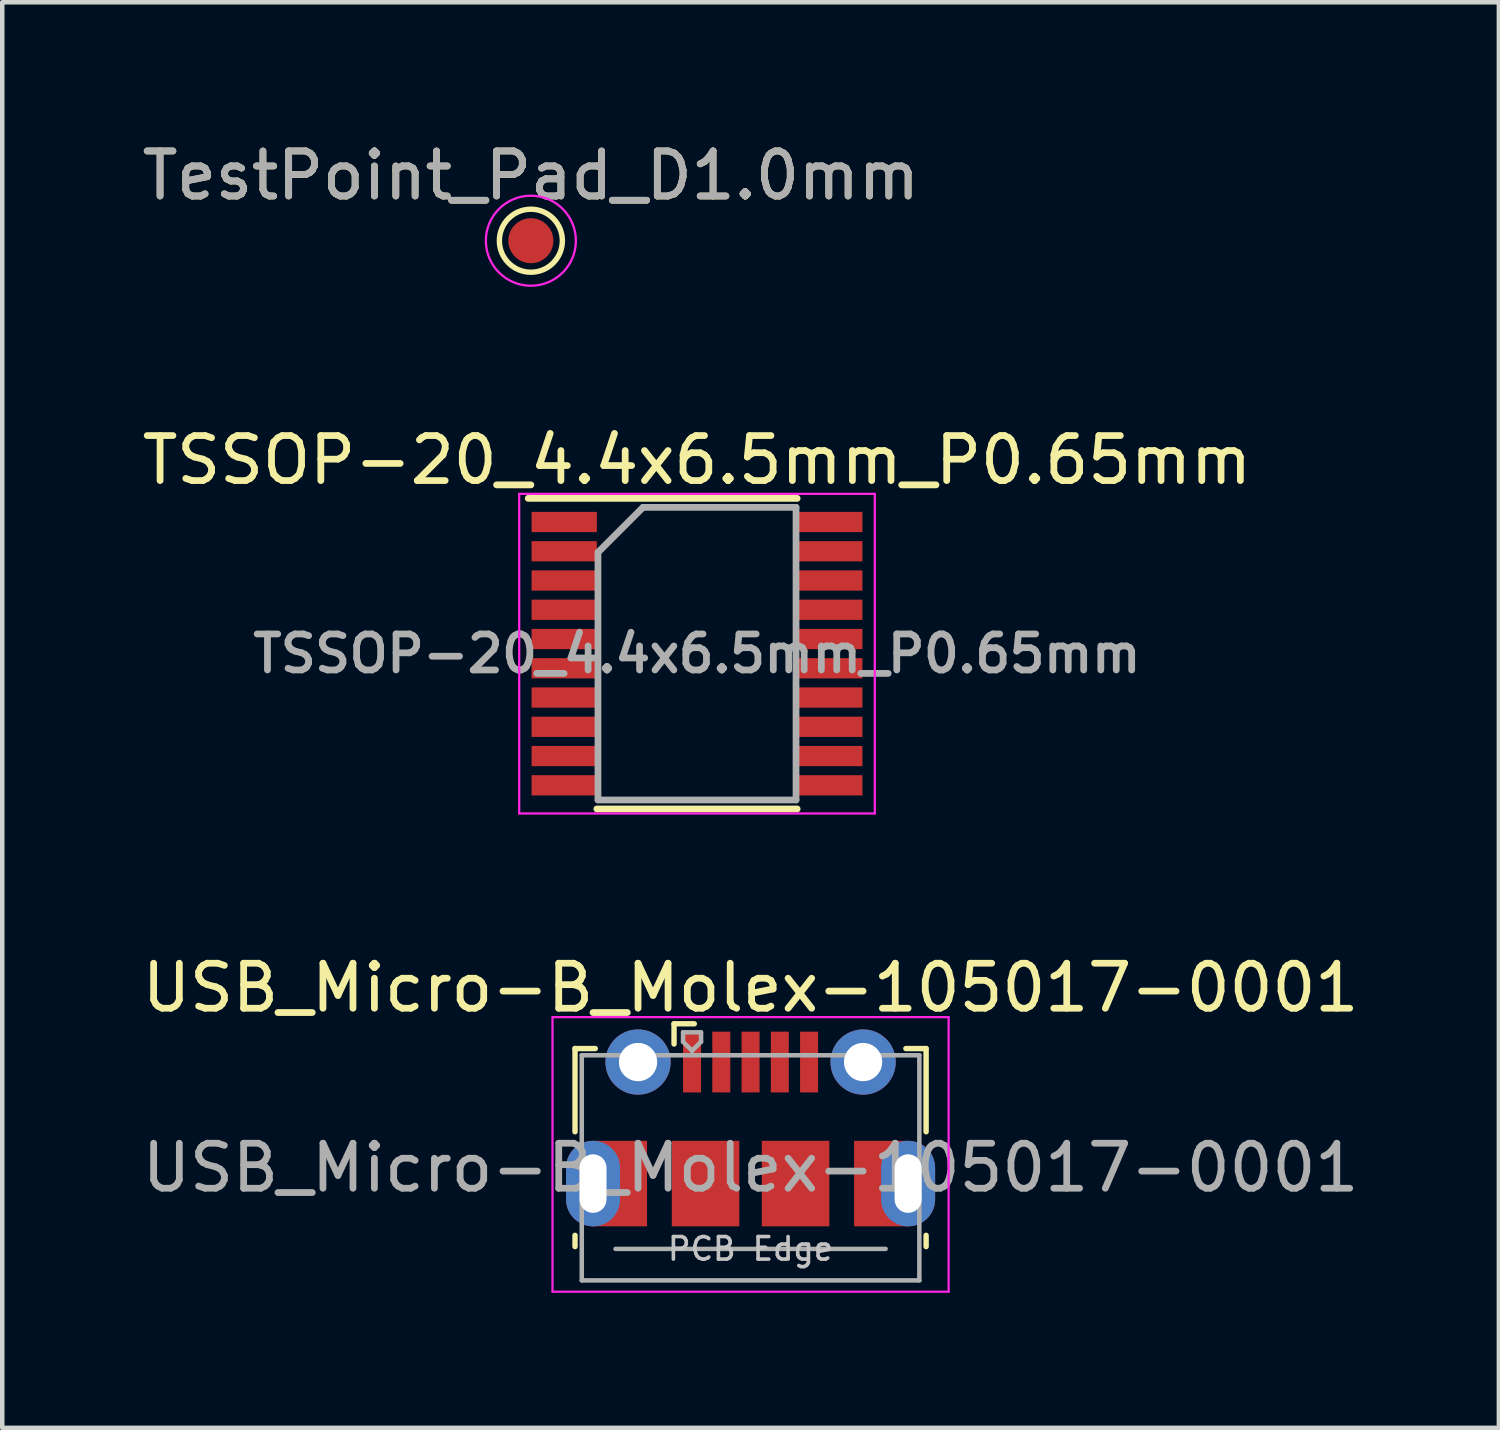
<source format=kicad_pcb>
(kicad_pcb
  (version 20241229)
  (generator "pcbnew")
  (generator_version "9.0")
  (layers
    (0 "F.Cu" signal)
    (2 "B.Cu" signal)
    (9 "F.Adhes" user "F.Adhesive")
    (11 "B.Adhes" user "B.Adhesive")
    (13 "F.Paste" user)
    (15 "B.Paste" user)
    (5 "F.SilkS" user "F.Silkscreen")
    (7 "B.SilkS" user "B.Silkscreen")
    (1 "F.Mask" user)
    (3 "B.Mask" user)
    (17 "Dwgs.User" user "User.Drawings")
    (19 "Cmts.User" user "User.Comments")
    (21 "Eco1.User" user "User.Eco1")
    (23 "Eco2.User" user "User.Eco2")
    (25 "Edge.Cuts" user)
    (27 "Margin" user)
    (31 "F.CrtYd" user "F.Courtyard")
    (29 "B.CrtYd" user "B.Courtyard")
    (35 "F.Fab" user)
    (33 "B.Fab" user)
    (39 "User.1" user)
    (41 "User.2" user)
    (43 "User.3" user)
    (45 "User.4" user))
  (footprint "TSSOP-20_4.4x6.5mm_P0.65mm"
    (layer "F.Cu")
    (at 12.435 11.472)
    (property "Reference" "TSSOP-20_4.4x6.5mm_P0.65mm" (at 0 -4.3 180) (layer "F.SilkS") (effects (font (size 1 1) (thickness 0.15))))
    (attr smd)
    (fp_line (start -3.75 -3.45) (end 2.225 -3.45) (stroke (width 0.15) (type solid)) (layer "F.SilkS"))
    (fp_line (start -2.225 3.45) (end 2.225 3.45) (stroke (width 0.15) (type solid)) (layer "F.SilkS"))
    (fp_line (start -3.95 -3.55) (end -3.95 3.55) (stroke (width 0.05) (type solid)) (layer "F.CrtYd"))
    (fp_line (start -3.95 -3.55) (end 3.95 -3.55) (stroke (width 0.05) (type solid)) (layer "F.CrtYd"))
    (fp_line (start -3.95 3.55) (end 3.95 3.55) (stroke (width 0.05) (type solid)) (layer "F.CrtYd"))
    (fp_line (start 3.95 -3.55) (end 3.95 3.55) (stroke (width 0.05) (type solid)) (layer "F.CrtYd"))
    (fp_line (start -2.2 -2.25) (end -1.2 -3.25) (stroke (width 0.15) (type solid)) (layer "F.Fab"))
    (fp_line (start -2.2 3.25) (end -2.2 -2.25) (stroke (width 0.15) (type solid)) (layer "F.Fab"))
    (fp_line (start -1.2 -3.25) (end 2.2 -3.25) (stroke (width 0.15) (type solid)) (layer "F.Fab"))
    (fp_line (start 2.2 -3.25) (end 2.2 3.25) (stroke (width 0.15) (type solid)) (layer "F.Fab"))
    (fp_line (start 2.2 3.25) (end -2.2 3.25) (stroke (width 0.15) (type solid)) (layer "F.Fab"))
    (fp_text user "${REFERENCE}" (at 0 0 180) (layer "F.Fab") (effects (font (size 0.8 0.8) (thickness 0.15))))
    (pad "1" smd rect (at -2.95 -2.925) (size 1.45 0.45) (layers "F.Cu" "F.Mask" "F.Paste"))
    (pad "2" smd rect (at -2.95 -2.275) (size 1.45 0.45) (layers "F.Cu" "F.Mask" "F.Paste"))
    (pad "3" smd rect (at -2.95 -1.625) (size 1.45 0.45) (layers "F.Cu" "F.Mask" "F.Paste"))
    (pad "4" smd rect (at -2.95 -0.975) (size 1.45 0.45) (layers "F.Cu" "F.Mask" "F.Paste"))
    (pad "5" smd rect (at -2.95 -0.325) (size 1.45 0.45) (layers "F.Cu" "F.Mask" "F.Paste"))
    (pad "6" smd rect (at -2.95 0.325) (size 1.45 0.45) (layers "F.Cu" "F.Mask" "F.Paste"))
    (pad "7" smd rect (at -2.95 0.975) (size 1.45 0.45) (layers "F.Cu" "F.Mask" "F.Paste"))
    (pad "8" smd rect (at -2.95 1.625) (size 1.45 0.45) (layers "F.Cu" "F.Mask" "F.Paste"))
    (pad "9" smd rect (at -2.95 2.275) (size 1.45 0.45) (layers "F.Cu" "F.Mask" "F.Paste"))
    (pad "10" smd rect (at -2.95 2.925) (size 1.45 0.45) (layers "F.Cu" "F.Mask" "F.Paste"))
    (pad "11" smd rect (at 2.95 2.925) (size 1.45 0.45) (layers "F.Cu" "F.Mask" "F.Paste"))
    (pad "12" smd rect (at 2.95 2.275) (size 1.45 0.45) (layers "F.Cu" "F.Mask" "F.Paste"))
    (pad "13" smd rect (at 2.95 1.625) (size 1.45 0.45) (layers "F.Cu" "F.Mask" "F.Paste"))
    (pad "14" smd rect (at 2.95 0.975) (size 1.45 0.45) (layers "F.Cu" "F.Mask" "F.Paste"))
    (pad "15" smd rect (at 2.95 0.325) (size 1.45 0.45) (layers "F.Cu" "F.Mask" "F.Paste"))
    (pad "16" smd rect (at 2.95 -0.325) (size 1.45 0.45) (layers "F.Cu" "F.Mask" "F.Paste"))
    (pad "17" smd rect (at 2.95 -0.975) (size 1.45 0.45) (layers "F.Cu" "F.Mask" "F.Paste"))
    (pad "18" smd rect (at 2.95 -1.625) (size 1.45 0.45) (layers "F.Cu" "F.Mask" "F.Paste"))
    (pad "19" smd rect (at 2.95 -2.275) (size 1.45 0.45) (layers "F.Cu" "F.Mask" "F.Paste"))
    (pad "20" smd rect (at 2.95 -2.925) (size 1.45 0.45) (layers "F.Cu" "F.Mask" "F.Paste")))
  (footprint "USB_Micro-B_Molex-105017-0001"
    (layer "F.Cu")
    (at 13.625 22.007)
    (property "Reference" "USB_Micro-B_Molex-105017-0001" (at 0 -3.112 0) (layer "F.SilkS") (effects (font (size 1 1) (thickness 0.15))))
    (attr smd)
    (fp_line (start -3.9 -1.762) (end -3.45 -1.762) (stroke (width 0.12) (type solid)) (layer "F.SilkS"))
    (fp_line (start -3.9 0.087) (end -3.9 -1.762) (stroke (width 0.12) (type solid)) (layer "F.SilkS"))
    (fp_line (start -3.9 2.638) (end -3.9 2.388) (stroke (width 0.12) (type solid)) (layer "F.SilkS"))
    (fp_line (start -1.7 -2.312) (end -1.7 -1.863) (stroke (width 0.12) (type solid)) (layer "F.SilkS"))
    (fp_line (start -1.7 -2.312) (end -1.25 -2.312) (stroke (width 0.12) (type solid)) (layer "F.SilkS"))
    (fp_line (start 3.9 -1.762) (end 3.45 -1.762) (stroke (width 0.12) (type solid)) (layer "F.SilkS"))
    (fp_line (start 3.9 0.087) (end 3.9 -1.762) (stroke (width 0.12) (type solid)) (layer "F.SilkS"))
    (fp_line (start 3.9 2.638) (end 3.9 2.388) (stroke (width 0.12) (type solid)) (layer "F.SilkS"))
    (fp_line (start -4.4 -2.46) (end 4.4 -2.46) (stroke (width 0.05) (type solid)) (layer "F.CrtYd"))
    (fp_line (start -4.4 3.64) (end -4.4 -2.46) (stroke (width 0.05) (type solid)) (layer "F.CrtYd"))
    (fp_line (start -4.4 3.64) (end 4.4 3.64) (stroke (width 0.05) (type solid)) (layer "F.CrtYd"))
    (fp_line (start 4.4 -2.46) (end 4.4 3.64) (stroke (width 0.05) (type solid)) (layer "F.CrtYd"))
    (fp_line (start -3.75 -1.613) (end 3.75 -1.613) (stroke (width 0.1) (type solid)) (layer "F.Fab"))
    (fp_line (start -3.75 3.388) (end -3.75 -1.613) (stroke (width 0.1) (type solid)) (layer "F.Fab"))
    (fp_line (start -3.75 3.389) (end 3.75 3.389) (stroke (width 0.1) (type solid)) (layer "F.Fab"))
    (fp_line (start -3 2.689) (end 3 2.689) (stroke (width 0.1) (type solid)) (layer "F.Fab"))
    (fp_line (start -1.5 -2.123) (end -1.5 -1.913) (stroke (width 0.1) (type solid)) (layer "F.Fab"))
    (fp_line (start -1.5 -2.123) (end -1.1 -2.123) (stroke (width 0.1) (type solid)) (layer "F.Fab"))
    (fp_line (start -1.3 -1.712) (end -1.5 -1.913) (stroke (width 0.1) (type solid)) (layer "F.Fab"))
    (fp_line (start -1.1 -2.123) (end -1.1 -1.913) (stroke (width 0.1) (type solid)) (layer "F.Fab"))
    (fp_line (start -1.1 -1.913) (end -1.3 -1.712) (stroke (width 0.1) (type solid)) (layer "F.Fab"))
    (fp_line (start 3.75 3.388) (end 3.75 -1.613) (stroke (width 0.1) (type solid)) (layer "F.Fab"))
    (fp_text user "PCB Edge" (at 0 2.688 0) (layer "Dwgs.User") (effects (font (size 0.5 0.5) (thickness 0.08))))
    (fp_text user "${REFERENCE}" (at 0 0.887 0) (layer "F.Fab") (effects (font (size 1 1) (thickness 0.15))))
    (pad "1" smd rect (at -1.3 -1.462) (size 0.4 1.35) (layers "F.Cu" "F.Mask" "F.Paste"))
    (pad "2" smd rect (at -0.65 -1.462) (size 0.4 1.35) (layers "F.Cu" "F.Mask" "F.Paste"))
    (pad "3" smd rect (at 0 -1.462) (size 0.4 1.35) (layers "F.Cu" "F.Mask" "F.Paste"))
    (pad "4" smd rect (at 0.65 -1.462) (size 0.4 1.35) (layers "F.Cu" "F.Mask" "F.Paste"))
    (pad "5" smd rect (at 1.3 -1.462) (size 0.4 1.35) (layers "F.Cu" "F.Mask" "F.Paste"))
    (pad "6" thru_hole oval (at -3.5 1.238 180) (size 1.2 1.9) (drill oval 0.6 1.3) (layers "*.Cu" "*.Mask"))
    (pad "6" smd rect (at -2.9 1.238) (size 1.2 1.9) (layers "F.Cu" "F.Mask" "F.Paste"))
    (pad "6" thru_hole circle (at -2.5 -1.462) (size 1.45 1.45) (drill 0.85) (layers "*.Cu" "*.Mask"))
    (pad "6" smd rect (at -1 1.238) (size 1.5 1.9) (layers "F.Cu" "F.Mask" "F.Paste"))
    (pad "6" smd rect (at 1 1.238) (size 1.5 1.9) (layers "F.Cu" "F.Mask" "F.Paste"))
    (pad "6" thru_hole circle (at 2.5 -1.462) (size 1.45 1.45) (drill 0.85) (layers "*.Cu" "*.Mask"))
    (pad "6" smd rect (at 2.9 1.238) (size 1.2 1.9) (layers "F.Cu" "F.Mask" "F.Paste"))
    (pad "6" thru_hole oval (at 3.5 1.238) (size 1.2 1.9) (drill oval 0.6 1.3) (layers "*.Cu" "*.Mask")))
  (footprint "TestPoint_Pad_D1.0mm"
    (layer "F.Cu")
    (at 8.744 2.298)
    (property "Reference" "TestPoint_Pad_D1.0mm" (at 0 -1.448 0) (layer "F.SilkS") (effects (font (size 1 1) (thickness 0.15))))
    (attr exclude_from_pos_files exclude_from_bom)
    (fp_circle (center 0 0) (end 0 0.7) (stroke (width 0.12) (type solid)) (fill no) (layer "F.SilkS"))
    (fp_circle (center 0 0) (end 1 0) (stroke (width 0.05) (type solid)) (fill no) (layer "F.CrtYd"))
    (fp_text user "${REFERENCE}" (at 0 -1.45 0) (layer "F.Fab") (effects (font (size 1 1) (thickness 0.15))))
    (pad "1" smd circle (at 0 0) (size 1 1) (layers "F.Cu" "F.Mask")))
  (gr_rect
    (start -3 -3)
    (end 30.25 28.672)
    (stroke (width 0.1) (type default))
    (fill no)
    (layer "Edge.Cuts")))
</source>
